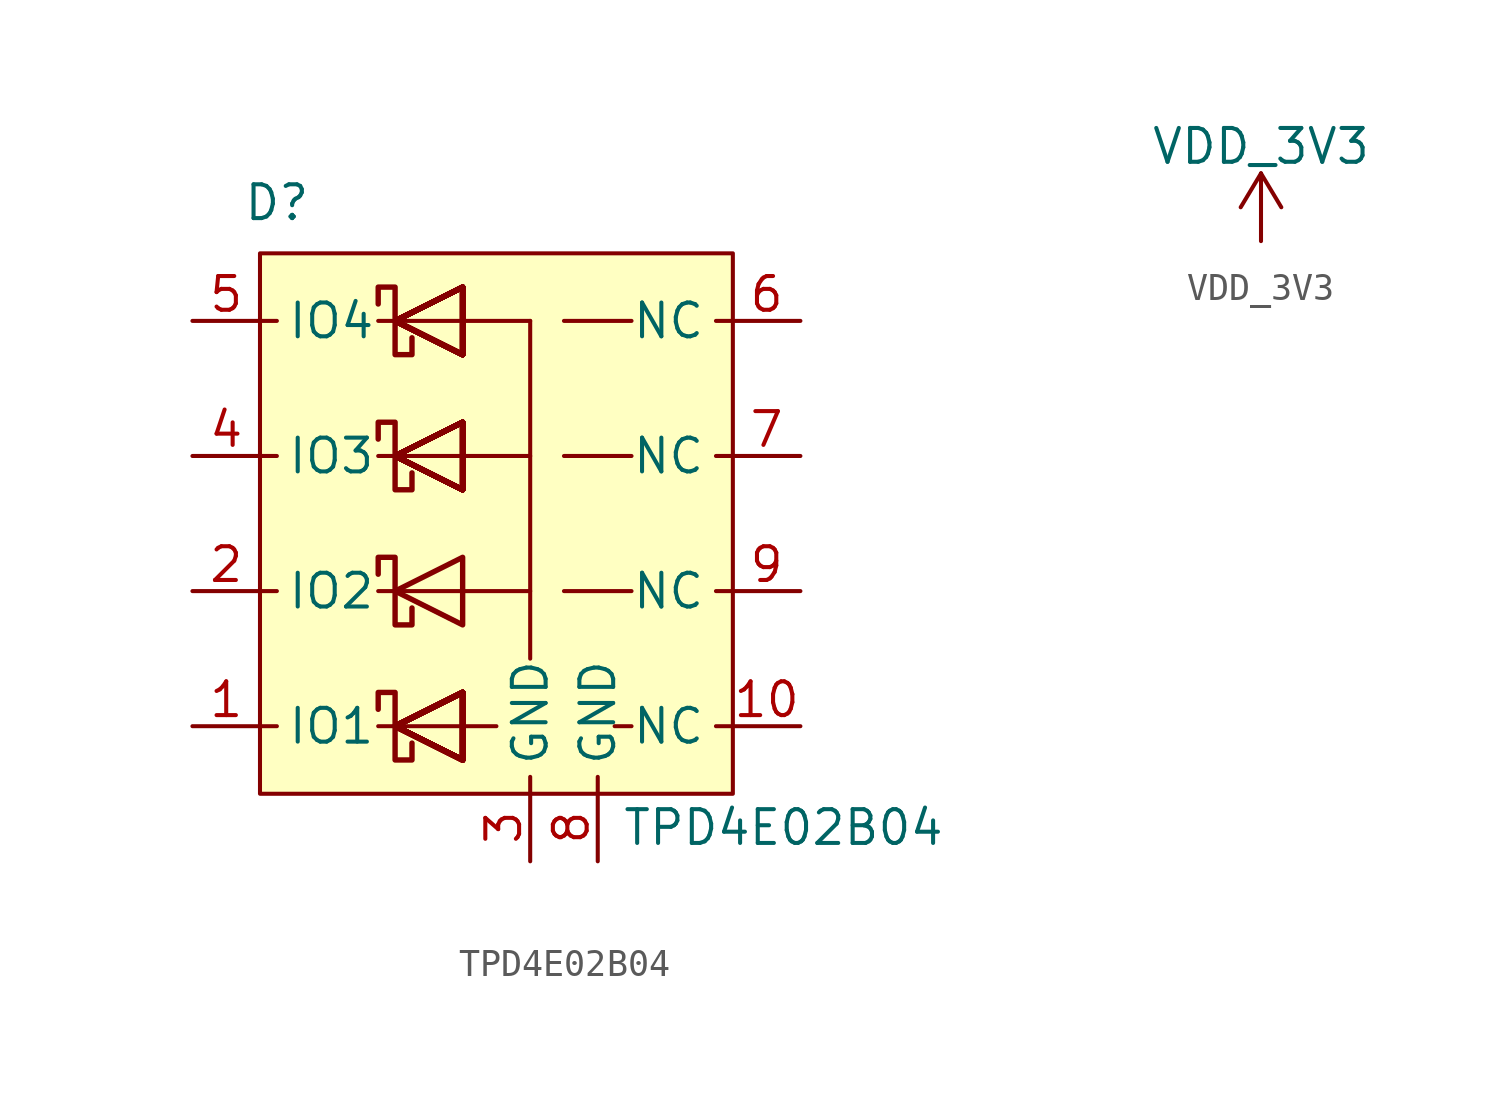
<source format=kicad_sym>
(kicad_symbol_lib
  (version 20220914)
  (generator kicad_symbol_editor)
  (symbol "TPD4E02B04"
    (pin_names
      (offset 1.016))
    (property "Reference" "D"
      (at -8.255 12.065 0)
      (effects (font (size 1.27 1.27))))
    (property "Value" "TPD4E02B04"
      (at 10.795 -11.43 0)
      (effects (font (size 1.27 1.27))))
    (symbol "TPD4E02B04_0_1"
      (rectangle (start -8.89 -10.16) (end 8.89 10.16) (stroke (width 0) (type default)) (fill (type background)))
      (polyline (pts (xy -8.89 -7.62) (xy -8.255 -7.62)) (stroke (width 0) (type default)) (fill (type none)))
      (polyline (pts (xy -8.89 -2.54) (xy -8.255 -2.54)) (stroke (width 0) (type default)) (fill (type none)))
      (polyline (pts (xy -8.89 2.54) (xy -8.255 2.54)) (stroke (width 0) (type default)) (fill (type none)))
      (polyline (pts (xy -8.89 7.62) (xy -8.255 7.62)) (stroke (width 0) (type default)) (fill (type none)))
      (polyline (pts (xy -4.445 -7.62) (xy 0 -7.62)) (stroke (width 0) (type default)) (fill (type none)))
      (polyline (pts (xy -4.445 -2.54) (xy 1.27 -2.54)) (stroke (width 0) (type default)) (fill (type none)))
      (polyline (pts (xy -4.445 2.54) (xy 1.27 2.54)) (stroke (width 0) (type default)) (fill (type none)))
      (polyline (pts (xy -4.445 7.62) (xy 1.27 7.62)) (stroke (width 0) (type default)) (fill (type none)))
      (polyline (pts (xy 1.27 -9.525) (xy 1.27 -10.16)) (stroke (width 0) (type default)) (fill (type none)))
      (polyline (pts (xy 1.27 7.62) (xy 1.27 -5.08)) (stroke (width 0) (type default)) (fill (type none)))
      (polyline (pts (xy 2.54 2.54) (xy 5.08 2.54)) (stroke (width 0) (type default)) (fill (type none)))
      (polyline (pts (xy 2.54 7.62) (xy 5.08 7.62)) (stroke (width 0) (type default)) (fill (type none)))
      (polyline (pts (xy 3.81 -9.525) (xy 3.81 -10.16)) (stroke (width 0) (type default)) (fill (type none)))
      (polyline (pts (xy 5.08 -7.62) (xy 4.445 -7.62)) (stroke (width 0) (type default)) (fill (type none)))
      (polyline (pts (xy 5.08 -2.54) (xy 2.54 -2.54)) (stroke (width 0) (type default)) (fill (type none)))
      (polyline (pts (xy 8.255 -2.54) (xy 8.89 -2.54)) (stroke (width 0) (type default)) (fill (type none)))
      (polyline (pts (xy 8.255 7.62) (xy 8.89 7.62)) (stroke (width 0) (type default)) (fill (type none)))
      (polyline (pts (xy 8.89 -7.62) (xy 8.255 -7.62)) (stroke (width 0) (type default)) (fill (type none)))
      (polyline (pts (xy 8.89 2.54) (xy 8.255 2.54)) (stroke (width 0) (type default)) (fill (type none))))
    (symbol "TPD4E02B04_1_1"
      (polyline (pts (xy -1.27 -6.35) (xy -1.27 -8.89) (xy -3.81 -7.62) (xy -1.27 -6.35)) (stroke (width 0.203) (type default)) (fill (type none)))
      (polyline (pts (xy -1.27 -6.35) (xy -1.27 -8.89) (xy -3.81 -7.62) (xy -1.27 -6.35)) (stroke (width 0.203) (type default)) (fill (type none)))
      (polyline (pts (xy -1.27 -6.35) (xy -1.27 -8.89) (xy -3.81 -7.62) (xy -1.27 -6.35)) (stroke (width 0.203) (type default)) (fill (type none)))
      (polyline (pts (xy -1.27 -6.35) (xy -1.27 -8.89) (xy -3.81 -7.62) (xy -1.27 -6.35)) (stroke (width 0.203) (type default)) (fill (type none)))
      (polyline (pts (xy -1.27 -6.35) (xy -1.27 -8.89) (xy -3.81 -7.62) (xy -1.27 -6.35)) (stroke (width 0.203) (type default)) (fill (type none)))
      (polyline (pts (xy -1.27 -6.35) (xy -1.27 -8.89) (xy -3.81 -7.62) (xy -1.27 -6.35)) (stroke (width 0.203) (type default)) (fill (type none)))
      (polyline (pts (xy -1.27 -6.35) (xy -1.27 -8.89) (xy -3.81 -7.62) (xy -1.27 -6.35)) (stroke (width 0.203) (type default)) (fill (type none)))
      (polyline (pts (xy -1.27 -6.35) (xy -1.27 -8.89) (xy -3.81 -7.62) (xy -1.27 -6.35)) (stroke (width 0.203) (type default)) (fill (type none)))
      (polyline (pts (xy -1.27 -6.35) (xy -1.27 -8.89) (xy -3.81 -7.62) (xy -1.27 -6.35)) (stroke (width 0.203) (type default)) (fill (type none)))
      (polyline (pts (xy -1.27 -6.35) (xy -1.27 -8.89) (xy -3.81 -7.62) (xy -1.27 -6.35)) (stroke (width 0.203) (type default)) (fill (type none)))
      (polyline (pts (xy -1.27 -6.35) (xy -1.27 -8.89) (xy -3.81 -7.62) (xy -1.27 -6.35)) (stroke (width 0.203) (type default)) (fill (type none)))
      (polyline (pts (xy -1.27 -6.35) (xy -1.27 -8.89) (xy -3.81 -7.62) (xy -1.27 -6.35)) (stroke (width 0.203) (type default)) (fill (type none)))
      (polyline (pts (xy -1.27 -6.35) (xy -1.27 -8.89) (xy -3.81 -7.62) (xy -1.27 -6.35)) (stroke (width 0.203) (type default)) (fill (type none)))
      (polyline (pts (xy -1.27 -6.35) (xy -1.27 -8.89) (xy -3.81 -7.62) (xy -1.27 -6.35)) (stroke (width 0.203) (type default)) (fill (type none)))
      (polyline (pts (xy -1.27 -6.35) (xy -1.27 -8.89) (xy -3.81 -7.62) (xy -1.27 -6.35)) (stroke (width 0.203) (type default)) (fill (type none)))
      (polyline (pts (xy -1.27 -6.35) (xy -1.27 -8.89) (xy -3.81 -7.62) (xy -1.27 -6.35)) (stroke (width 0.203) (type default)) (fill (type none)))
      (polyline (pts (xy -1.27 -6.35) (xy -1.27 -8.89) (xy -3.81 -7.62) (xy -1.27 -6.35)) (stroke (width 0.203) (type default)) (fill (type none)))
      (polyline (pts (xy -1.27 -6.35) (xy -1.27 -8.89) (xy -3.81 -7.62) (xy -1.27 -6.35)) (stroke (width 0.203) (type default)) (fill (type none)))
      (polyline (pts (xy -1.27 -6.35) (xy -1.27 -8.89) (xy -3.81 -7.62) (xy -1.27 -6.35)) (stroke (width 0.203) (type default)) (fill (type none)))
      (polyline (pts (xy -1.27 -6.35) (xy -1.27 -8.89) (xy -3.81 -7.62) (xy -1.27 -6.35)) (stroke (width 0.203) (type default)) (fill (type none)))
      (polyline (pts (xy -1.27 -6.35) (xy -1.27 -8.89) (xy -3.81 -7.62) (xy -1.27 -6.35)) (stroke (width 0.203) (type default)) (fill (type none)))
      (polyline (pts (xy -1.27 -6.35) (xy -1.27 -8.89) (xy -3.81 -7.62) (xy -1.27 -6.35)) (stroke (width 0.203) (type default)) (fill (type none)))
      (polyline (pts (xy -1.27 -6.35) (xy -1.27 -8.89) (xy -3.81 -7.62) (xy -1.27 -6.35)) (stroke (width 0.203) (type default)) (fill (type none)))
      (polyline (pts (xy -1.27 -6.35) (xy -1.27 -8.89) (xy -3.81 -7.62) (xy -1.27 -6.35)) (stroke (width 0.203) (type default)) (fill (type none)))
      (polyline (pts (xy -1.27 -6.35) (xy -1.27 -8.89) (xy -3.81 -7.62) (xy -1.27 -6.35)) (stroke (width 0.203) (type default)) (fill (type none)))
      (polyline (pts (xy -1.27 -6.35) (xy -1.27 -8.89) (xy -3.81 -7.62) (xy -1.27 -6.35)) (stroke (width 0.203) (type default)) (fill (type none)))
      (polyline (pts (xy -1.27 -6.35) (xy -1.27 -8.89) (xy -3.81 -7.62) (xy -1.27 -6.35)) (stroke (width 0.203) (type default)) (fill (type none)))
      (polyline (pts (xy -1.27 -6.35) (xy -1.27 -8.89) (xy -3.81 -7.62) (xy -1.27 -6.35)) (stroke (width 0.203) (type default)) (fill (type none)))
      (polyline (pts (xy -1.27 -6.35) (xy -1.27 -8.89) (xy -3.81 -7.62) (xy -1.27 -6.35)) (stroke (width 0.203) (type default)) (fill (type none)))
      (polyline (pts (xy -1.27 -6.35) (xy -1.27 -8.89) (xy -3.81 -7.62) (xy -1.27 -6.35)) (stroke (width 0.203) (type default)) (fill (type none)))
      (polyline (pts (xy -1.27 -1.27) (xy -1.27 -3.81) (xy -3.81 -2.54) (xy -1.27 -1.27)) (stroke (width 0.203) (type default)) (fill (type none)))
      (polyline (pts (xy -1.27 3.81) (xy -1.27 1.27) (xy -3.81 2.54) (xy -1.27 3.81)) (stroke (width 0.203) (type default)) (fill (type none)))
      (polyline (pts (xy -1.27 3.81) (xy -1.27 1.27) (xy -3.81 2.54) (xy -1.27 3.81)) (stroke (width 0.203) (type default)) (fill (type none)))
      (polyline (pts (xy -1.27 3.81) (xy -1.27 1.27) (xy -3.81 2.54) (xy -1.27 3.81)) (stroke (width 0.203) (type default)) (fill (type none)))
      (polyline (pts (xy -1.27 3.81) (xy -1.27 1.27) (xy -3.81 2.54) (xy -1.27 3.81)) (stroke (width 0.203) (type default)) (fill (type none)))
      (polyline (pts (xy -1.27 3.81) (xy -1.27 1.27) (xy -3.81 2.54) (xy -1.27 3.81)) (stroke (width 0.203) (type default)) (fill (type none)))
      (polyline (pts (xy -1.27 3.81) (xy -1.27 1.27) (xy -3.81 2.54) (xy -1.27 3.81)) (stroke (width 0.203) (type default)) (fill (type none)))
      (polyline (pts (xy -1.27 3.81) (xy -1.27 1.27) (xy -3.81 2.54) (xy -1.27 3.81)) (stroke (width 0.203) (type default)) (fill (type none)))
      (polyline (pts (xy -1.27 3.81) (xy -1.27 1.27) (xy -3.81 2.54) (xy -1.27 3.81)) (stroke (width 0.203) (type default)) (fill (type none)))
      (polyline (pts (xy -1.27 3.81) (xy -1.27 1.27) (xy -3.81 2.54) (xy -1.27 3.81)) (stroke (width 0.203) (type default)) (fill (type none)))
      (polyline (pts (xy -1.27 3.81) (xy -1.27 1.27) (xy -3.81 2.54) (xy -1.27 3.81)) (stroke (width 0.203) (type default)) (fill (type none)))
      (polyline (pts (xy -1.27 3.81) (xy -1.27 1.27) (xy -3.81 2.54) (xy -1.27 3.81)) (stroke (width 0.203) (type default)) (fill (type none)))
      (polyline (pts (xy -1.27 3.81) (xy -1.27 1.27) (xy -3.81 2.54) (xy -1.27 3.81)) (stroke (width 0.203) (type default)) (fill (type none)))
      (polyline (pts (xy -1.27 3.81) (xy -1.27 1.27) (xy -3.81 2.54) (xy -1.27 3.81)) (stroke (width 0.203) (type default)) (fill (type none)))
      (polyline (pts (xy -1.27 3.81) (xy -1.27 1.27) (xy -3.81 2.54) (xy -1.27 3.81)) (stroke (width 0.203) (type default)) (fill (type none)))
      (polyline (pts (xy -1.27 3.81) (xy -1.27 1.27) (xy -3.81 2.54) (xy -1.27 3.81)) (stroke (width 0.203) (type default)) (fill (type none)))
      (polyline (pts (xy -1.27 3.81) (xy -1.27 1.27) (xy -3.81 2.54) (xy -1.27 3.81)) (stroke (width 0.203) (type default)) (fill (type none)))
      (polyline (pts (xy -1.27 8.89) (xy -1.27 6.35) (xy -3.81 7.62) (xy -1.27 8.89)) (stroke (width 0.203) (type default)) (fill (type none)))
      (polyline (pts (xy -1.27 8.89) (xy -1.27 6.35) (xy -3.81 7.62) (xy -1.27 8.89)) (stroke (width 0.203) (type default)) (fill (type none)))
      (polyline (pts (xy -1.27 8.89) (xy -1.27 6.35) (xy -3.81 7.62) (xy -1.27 8.89)) (stroke (width 0.203) (type default)) (fill (type none)))
      (polyline (pts (xy -1.27 8.89) (xy -1.27 6.35) (xy -3.81 7.62) (xy -1.27 8.89)) (stroke (width 0.203) (type default)) (fill (type none)))
      (polyline (pts (xy -1.27 8.89) (xy -1.27 6.35) (xy -3.81 7.62) (xy -1.27 8.89)) (stroke (width 0.203) (type default)) (fill (type none)))
      (polyline (pts (xy -1.27 8.89) (xy -1.27 6.35) (xy -3.81 7.62) (xy -1.27 8.89)) (stroke (width 0.203) (type default)) (fill (type none)))
      (polyline (pts (xy -1.27 8.89) (xy -1.27 6.35) (xy -3.81 7.62) (xy -1.27 8.89)) (stroke (width 0.203) (type default)) (fill (type none)))
      (polyline (pts (xy -1.27 8.89) (xy -1.27 6.35) (xy -3.81 7.62) (xy -1.27 8.89)) (stroke (width 0.203) (type default)) (fill (type none)))
      (polyline (pts (xy -1.27 8.89) (xy -1.27 6.35) (xy -3.81 7.62) (xy -1.27 8.89)) (stroke (width 0.203) (type default)) (fill (type none)))
      (polyline (pts (xy -1.27 8.89) (xy -1.27 6.35) (xy -3.81 7.62) (xy -1.27 8.89)) (stroke (width 0.203) (type default)) (fill (type none)))
      (polyline (pts (xy -1.27 8.89) (xy -1.27 6.35) (xy -3.81 7.62) (xy -1.27 8.89)) (stroke (width 0.203) (type default)) (fill (type none)))
      (polyline (pts (xy -1.27 8.89) (xy -1.27 6.35) (xy -3.81 7.62) (xy -1.27 8.89)) (stroke (width 0.203) (type default)) (fill (type none)))
      (polyline (pts (xy -1.27 8.89) (xy -1.27 6.35) (xy -3.81 7.62) (xy -1.27 8.89)) (stroke (width 0.203) (type default)) (fill (type none)))
      (polyline (pts (xy -1.27 8.89) (xy -1.27 6.35) (xy -3.81 7.62) (xy -1.27 8.89)) (stroke (width 0.203) (type default)) (fill (type none)))
      (polyline (pts (xy -1.27 8.89) (xy -1.27 6.35) (xy -3.81 7.62) (xy -1.27 8.89)) (stroke (width 0.203) (type default)) (fill (type none)))
      (polyline (pts (xy -1.27 8.89) (xy -1.27 6.35) (xy -3.81 7.62) (xy -1.27 8.89)) (stroke (width 0.203) (type default)) (fill (type none)))
      (polyline (pts (xy -4.445 3.175) (xy -4.445 3.81) (xy -3.81 3.81) (xy -3.81 1.27) (xy -3.175 1.27) (xy -3.175 1.905)) (stroke (width 0.203) (type default)) (fill (type none)))
      (polyline (pts (xy -4.445 8.255) (xy -4.445 8.89) (xy -3.81 8.89) (xy -3.81 6.35) (xy -3.175 6.35) (xy -3.175 6.985)) (stroke (width 0.203) (type default)) (fill (type none)))
      (polyline (pts (xy -3.175 -8.255) (xy -3.175 -8.89) (xy -3.81 -8.89) (xy -3.81 -6.35) (xy -4.445 -6.35) (xy -4.445 -6.985)) (stroke (width 0.203) (type default)) (fill (type none)))
      (polyline (pts (xy -3.175 -3.175) (xy -3.175 -3.81) (xy -3.81 -3.81) (xy -3.81 -1.27) (xy -4.445 -1.27) (xy -4.445 -1.905)) (stroke (width 0.203) (type default)) (fill (type none)))
      (pin passive line (at -11.43 -7.62 0) (length 2.54) (name "IO1" (effects (font (size 1.27 1.27)))) (number "1" (effects (font (size 1.27 1.27)))))
      (pin passive line (at 11.43 -7.62 180) (length 2.54) (name "NC" (effects (font (size 1.27 1.27)))) (number "10" (effects (font (size 1.27 1.27)))))
      (pin passive line (at -11.43 -2.54 0) (length 2.54) (name "IO2" (effects (font (size 1.27 1.27)))) (number "2" (effects (font (size 1.27 1.27)))))
      (pin passive line (at 1.27 -12.7 90) (length 2.54) (name "GND" (effects (font (size 1.27 1.27)))) (number "3" (effects (font (size 1.27 1.27)))))
      (pin passive line (at -11.43 2.54 0) (length 2.54) (name "IO3" (effects (font (size 1.27 1.27)))) (number "4" (effects (font (size 1.27 1.27)))))
      (pin passive line (at -11.43 7.62 0) (length 2.54) (name "IO4" (effects (font (size 1.27 1.27)))) (number "5" (effects (font (size 1.27 1.27)))))
      (pin passive line (at 11.43 7.62 180) (length 2.54) (name "NC" (effects (font (size 1.27 1.27)))) (number "6" (effects (font (size 1.27 1.27)))))
      (pin passive line (at 11.43 2.54 180) (length 2.54) (name "NC" (effects (font (size 1.27 1.27)))) (number "7" (effects (font (size 1.27 1.27)))))
      (pin passive line (at 3.81 -12.7 90) (length 2.54) (name "GND" (effects (font (size 1.27 1.27)))) (number "8" (effects (font (size 1.27 1.27)))))
      (pin passive line (at 11.43 -2.54 180) (length 2.54) (name "NC" (effects (font (size 1.27 1.27)))) (number "9" (effects (font (size 1.27 1.27)))))))
  (symbol "VDD_3V3"
    (power)
    (pin_names
      (offset 0))
    (property "Reference" "#PWR"
      (at 0 -3.81 0)
      (effects (font (size 1.27 1.27)) hide))
    (property "Value" "VDD_3V3"
      (at 0 3.556 0)
      (effects (font (size 1.27 1.27))))
    (symbol "VDD_3V3_0_1"
      (polyline (pts (xy -0.762 1.27) (xy 0 2.54)) (stroke (width 0) (type default)) (fill (type none)))
      (polyline (pts (xy 0 0) (xy 0 2.54)) (stroke (width 0) (type default)) (fill (type none)))
      (polyline (pts (xy 0 2.54) (xy 0.762 1.27)) (stroke (width 0) (type default)) (fill (type none))))
    (symbol "VDD_3V3_1_1"
      (pin power_in line (at 0 0 90) (length 0) hide (name "VDD_3V3" (effects (font (size 1.27 1.27)))) (number "1" (effects (font (size 1.27 1.27))))))))
</source>
